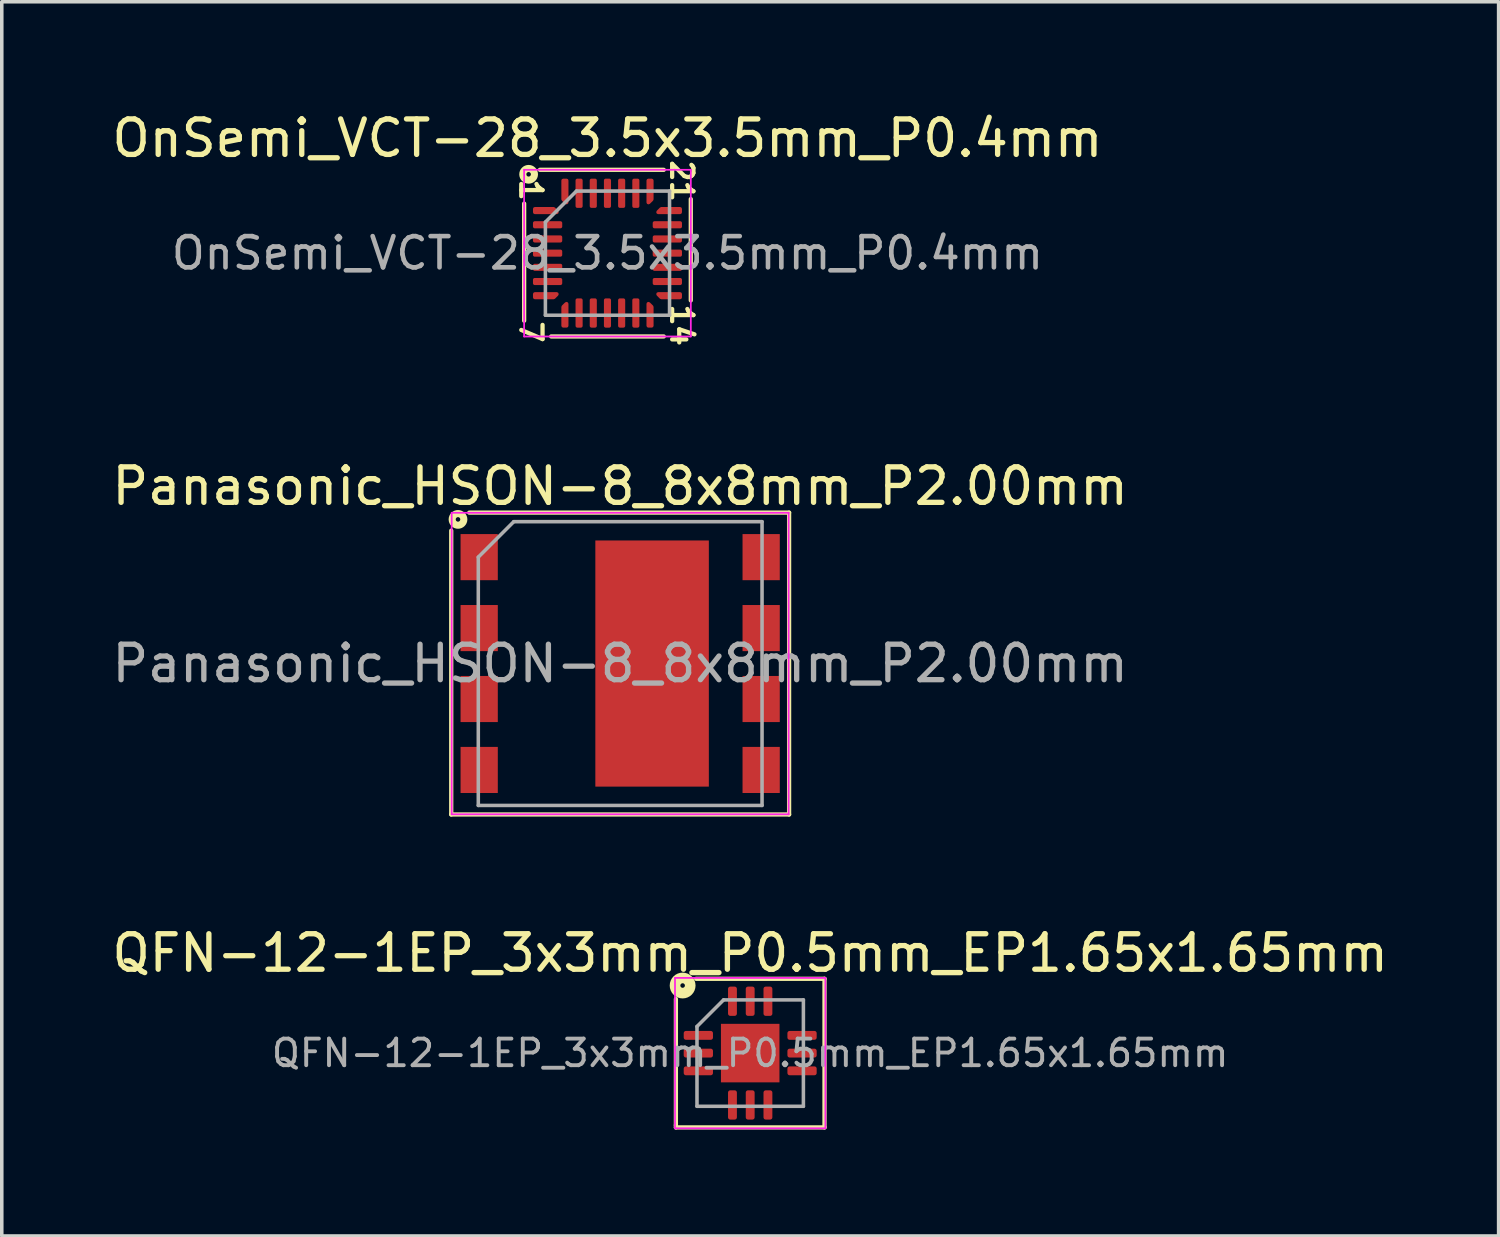
<source format=kicad_pcb>
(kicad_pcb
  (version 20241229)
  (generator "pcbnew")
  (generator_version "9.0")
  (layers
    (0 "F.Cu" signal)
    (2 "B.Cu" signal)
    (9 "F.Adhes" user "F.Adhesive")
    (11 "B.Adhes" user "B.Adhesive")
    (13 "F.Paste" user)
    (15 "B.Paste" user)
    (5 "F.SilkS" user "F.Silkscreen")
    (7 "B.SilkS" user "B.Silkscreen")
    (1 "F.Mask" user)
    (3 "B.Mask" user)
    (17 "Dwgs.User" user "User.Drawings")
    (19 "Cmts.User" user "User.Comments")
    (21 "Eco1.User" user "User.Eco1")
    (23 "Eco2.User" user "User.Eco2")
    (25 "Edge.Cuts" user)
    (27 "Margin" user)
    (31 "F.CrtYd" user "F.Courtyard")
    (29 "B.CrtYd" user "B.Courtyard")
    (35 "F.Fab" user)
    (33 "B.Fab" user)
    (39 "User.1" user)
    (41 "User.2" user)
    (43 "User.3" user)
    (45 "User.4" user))
  (footprint "OnSemi_VCT-28_3.5x3.5mm_P0.4mm"
    (layer "F.Cu")
    (at 14.077 4.087)
    (property "Reference" "OnSemi_VCT-28_3.5x3.5mm_P0.4mm" (at 0 -3.239 0) (layer "F.SilkS") (effects (font (size 1 1) (thickness 0.15))))
    (attr smd)
    (fp_line (start -2.349 1.905) (end -2.349 -1.397) (stroke (width 0.12) (type solid)) (layer "F.SilkS"))
    (fp_line (start -1.905 -2.349) (end 1.587 -2.349) (stroke (width 0.12) (type solid)) (layer "F.SilkS"))
    (fp_line (start 1.587 2.349) (end -1.587 2.349) (stroke (width 0.12) (type solid)) (layer "F.SilkS"))
    (fp_line (start 2.349 -1.524) (end 2.349 1.333) (stroke (width 0.12) (type solid)) (layer "F.SilkS"))
    (fp_circle (center -2.223 -2.223) (end -2.159 -2.223) (stroke (width 0.2) (type solid)) (fill no) (layer "F.SilkS"))
    (fp_line (start -2.35 -2.35) (end -2.35 2.35) (stroke (width 0.05) (type solid)) (layer "F.CrtYd"))
    (fp_line (start -2.35 2.35) (end 2.35 2.35) (stroke (width 0.05) (type solid)) (layer "F.CrtYd"))
    (fp_line (start 2.35 -2.35) (end -2.35 -2.35) (stroke (width 0.05) (type solid)) (layer "F.CrtYd"))
    (fp_line (start 2.35 2.35) (end 2.35 -2.35) (stroke (width 0.05) (type solid)) (layer "F.CrtYd"))
    (fp_line (start -1.75 -0.875) (end -0.875 -1.75) (stroke (width 0.1) (type solid)) (layer "F.Fab"))
    (fp_line (start -1.75 1.75) (end -1.75 -0.875) (stroke (width 0.1) (type solid)) (layer "F.Fab"))
    (fp_line (start -0.875 -1.75) (end 1.75 -1.75) (stroke (width 0.1) (type solid)) (layer "F.Fab"))
    (fp_line (start 1.75 -1.75) (end 1.75 1.75) (stroke (width 0.1) (type solid)) (layer "F.Fab"))
    (fp_line (start 1.75 1.75) (end -1.75 1.75) (stroke (width 0.1) (type solid)) (layer "F.Fab"))
    (fp_text user "14" (at 2.095 2.032 270) (unlocked yes) (layer "F.SilkS") (effects (font (size 0.6 0.6) (thickness 0.12))))
    (fp_text user "7" (at -2.159 2.223 270) (unlocked yes) (layer "F.SilkS") (effects (font (size 0.6 0.6) (thickness 0.12))))
    (fp_text user "21" (at 2.095 -2.032 270) (unlocked yes) (layer "F.SilkS") (effects (font (size 0.6 0.6) (thickness 0.12))))
    (fp_text user "1" (at -2.159 -1.778 270) (unlocked yes) (layer "F.SilkS") (effects (font (size 0.6 0.6) (thickness 0.12))))
    (fp_text user "${REFERENCE}" (at 0 0 0) (layer "F.Fab") (effects (font (size 0.88 0.88) (thickness 0.13))))
    (pad "1" smd custom (at -1.738 -1.2) (size 0.136 0.136) (layers "F.Cu" "F.Mask" "F.Paste") (options (anchor circle)) (primitives (gr_poly (pts (xy 0.312 0.04) (xy 0.312 0.05) (xy -0.312 0.05) (xy -0.312 -0.05) (xy 0.223 -0.05)) (width 0.1) (fill yes))))
    (pad "2" smd roundrect (at -1.688 -0.8) (size 0.825 0.2) (layers "F.Cu" "F.Mask" "F.Paste") (roundrect_rratio 0.25))
    (pad "3" smd roundrect (at -1.688 -0.4) (size 0.825 0.2) (layers "F.Cu" "F.Mask" "F.Paste") (roundrect_rratio 0.25))
    (pad "4" smd roundrect (at -1.688 0) (size 0.825 0.2) (layers "F.Cu" "F.Mask" "F.Paste") (roundrect_rratio 0.25))
    (pad "5" smd roundrect (at -1.688 0.4) (size 0.825 0.2) (layers "F.Cu" "F.Mask" "F.Paste") (roundrect_rratio 0.25))
    (pad "6" smd roundrect (at -1.688 0.8) (size 0.825 0.2) (layers "F.Cu" "F.Mask" "F.Paste") (roundrect_rratio 0.25))
    (pad "7" smd custom (at -1.738 1.2) (size 0.136 0.136) (layers "F.Cu" "F.Mask" "F.Paste") (options (anchor circle)) (primitives (gr_poly (pts (xy 0.312 -0.04) (xy 0.223 0.05) (xy -0.312 0.05) (xy -0.312 -0.05) (xy 0.312 -0.05)) (width 0.1) (fill yes))))
    (pad "8" smd custom (at -1.2 1.738) (size 0.136 0.136) (layers "F.Cu" "F.Mask" "F.Paste") (options (anchor circle)) (primitives (gr_poly (pts (xy 0.05 0.312) (xy -0.05 0.312) (xy -0.05 -0.223) (xy 0.04 -0.312) (xy 0.05 -0.312)) (width 0.1) (fill yes))))
    (pad "9" smd roundrect (at -0.8 1.688) (size 0.2 0.825) (layers "F.Cu" "F.Mask" "F.Paste") (roundrect_rratio 0.25))
    (pad "10" smd roundrect (at -0.4 1.688) (size 0.2 0.825) (layers "F.Cu" "F.Mask" "F.Paste") (roundrect_rratio 0.25))
    (pad "11" smd roundrect (at 0 1.688) (size 0.2 0.825) (layers "F.Cu" "F.Mask" "F.Paste") (roundrect_rratio 0.25))
    (pad "12" smd roundrect (at 0.4 1.688) (size 0.2 0.825) (layers "F.Cu" "F.Mask" "F.Paste") (roundrect_rratio 0.25))
    (pad "13" smd roundrect (at 0.8 1.688) (size 0.2 0.825) (layers "F.Cu" "F.Mask" "F.Paste") (roundrect_rratio 0.25))
    (pad "14" smd custom (at 1.2 1.738) (size 0.136 0.136) (layers "F.Cu" "F.Mask" "F.Paste") (options (anchor circle)) (primitives (gr_poly (pts (xy 0.05 -0.223) (xy 0.05 0.312) (xy -0.05 0.312) (xy -0.05 -0.312) (xy -0.04 -0.312)) (width 0.1) (fill yes))))
    (pad "15" smd custom (at 1.738 1.2) (size 0.136 0.136) (layers "F.Cu" "F.Mask" "F.Paste") (options (anchor circle)) (primitives (gr_poly (pts (xy 0.312 0.05) (xy -0.223 0.05) (xy -0.312 -0.04) (xy -0.312 -0.05) (xy 0.312 -0.05)) (width 0.1) (fill yes))))
    (pad "16" smd roundrect (at 1.688 0.8) (size 0.825 0.2) (layers "F.Cu" "F.Mask" "F.Paste") (roundrect_rratio 0.25))
    (pad "17" smd roundrect (at 1.688 0.4) (size 0.825 0.2) (layers "F.Cu" "F.Mask" "F.Paste") (roundrect_rratio 0.25))
    (pad "18" smd roundrect (at 1.688 0) (size 0.825 0.2) (layers "F.Cu" "F.Mask" "F.Paste") (roundrect_rratio 0.25))
    (pad "19" smd roundrect (at 1.688 -0.4) (size 0.825 0.2) (layers "F.Cu" "F.Mask" "F.Paste") (roundrect_rratio 0.25))
    (pad "20" smd roundrect (at 1.688 -0.8) (size 0.825 0.2) (layers "F.Cu" "F.Mask" "F.Paste") (roundrect_rratio 0.25))
    (pad "21" smd custom (at 1.738 -1.2) (size 0.136 0.136) (layers "F.Cu" "F.Mask" "F.Paste") (options (anchor circle)) (primitives (gr_poly (pts (xy 0.312 0.05) (xy -0.312 0.05) (xy -0.312 0.04) (xy -0.223 -0.05) (xy 0.312 -0.05)) (width 0.1) (fill yes))))
    (pad "22" smd custom (at 1.2 -1.738) (size 0.136 0.136) (layers "F.Cu" "F.Mask" "F.Paste") (options (anchor circle)) (primitives (gr_poly (pts (xy 0.05 0.223) (xy -0.04 0.312) (xy -0.05 0.312) (xy -0.05 -0.312) (xy 0.05 -0.312)) (width 0.1) (fill yes))))
    (pad "23" smd roundrect (at 0.8 -1.688) (size 0.2 0.825) (layers "F.Cu" "F.Mask" "F.Paste") (roundrect_rratio 0.25))
    (pad "24" smd roundrect (at 0.4 -1.688) (size 0.2 0.825) (layers "F.Cu" "F.Mask" "F.Paste") (roundrect_rratio 0.25))
    (pad "25" smd roundrect (at 0 -1.688) (size 0.2 0.825) (layers "F.Cu" "F.Mask" "F.Paste") (roundrect_rratio 0.25))
    (pad "26" smd roundrect (at -0.4 -1.688) (size 0.2 0.825) (layers "F.Cu" "F.Mask" "F.Paste") (roundrect_rratio 0.25))
    (pad "27" smd roundrect (at -0.8 -1.688) (size 0.2 0.825) (layers "F.Cu" "F.Mask" "F.Paste") (roundrect_rratio 0.25))
    (pad "28" smd custom (at -1.2 -1.738) (size 0.136 0.136) (layers "F.Cu" "F.Mask" "F.Paste") (options (anchor circle)) (primitives (gr_poly (pts (xy 0.05 0.312) (xy 0.04 0.312) (xy -0.05 0.223) (xy -0.05 -0.312) (xy 0.05 -0.312)) (width 0.1) (fill yes)))))
  (footprint "QFN-12-1EP_3x3mm_P0.5mm_EP1.65x1.65mm"
    (layer "F.Cu")
    (at 18.101 26.641)
    (property "Reference" "QFN-12-1EP_3x3mm_P0.5mm_EP1.65x1.65mm" (at 0 -2.82 0) (layer "F.SilkS") (effects (font (size 1 1) (thickness 0.15))))
    (attr smd)
    (fp_line (start -2.095 -1.524) (end -2.095 2.032) (stroke (width 0.12) (type solid)) (layer "F.SilkS"))
    (fp_line (start -2.095 2.032) (end -2.095 2.095) (stroke (width 0.12) (type solid)) (layer "F.SilkS"))
    (fp_line (start -2.095 2.095) (end 2.095 2.095) (stroke (width 0.12) (type solid)) (layer "F.SilkS"))
    (fp_line (start 2.095 -2.095) (end -1.524 -2.095) (stroke (width 0.12) (type solid)) (layer "F.SilkS"))
    (fp_line (start 2.095 2.095) (end 2.095 -2.095) (stroke (width 0.12) (type solid)) (layer "F.SilkS"))
    (fp_circle (center -1.905 -1.905) (end -1.841 -1.905) (stroke (width 0.3) (type solid)) (fill no) (layer "F.SilkS"))
    (fp_line (start -2.12 -2.12) (end -2.12 2.12) (stroke (width 0.05) (type solid)) (layer "F.CrtYd"))
    (fp_line (start -2.12 2.12) (end 2.12 2.12) (stroke (width 0.05) (type solid)) (layer "F.CrtYd"))
    (fp_line (start 2.12 -2.12) (end -2.12 -2.12) (stroke (width 0.05) (type solid)) (layer "F.CrtYd"))
    (fp_line (start 2.12 2.12) (end 2.12 -2.12) (stroke (width 0.05) (type solid)) (layer "F.CrtYd"))
    (fp_line (start -1.5 -0.75) (end -0.75 -1.5) (stroke (width 0.1) (type solid)) (layer "F.Fab"))
    (fp_line (start -1.5 1.5) (end -1.5 -0.75) (stroke (width 0.1) (type solid)) (layer "F.Fab"))
    (fp_line (start -0.75 -1.5) (end 1.5 -1.5) (stroke (width 0.1) (type solid)) (layer "F.Fab"))
    (fp_line (start 1.5 -1.5) (end 1.5 1.5) (stroke (width 0.1) (type solid)) (layer "F.Fab"))
    (fp_line (start 1.5 1.5) (end -1.5 1.5) (stroke (width 0.1) (type solid)) (layer "F.Fab"))
    (fp_text user "${REFERENCE}" (at 0 0 0) (layer "F.Fab") (effects (font (size 0.75 0.75) (thickness 0.11))))
    (pad "" smd roundrect (at -0.41 -0.41) (size 0.67 0.67) (layers "F.Paste") (roundrect_rratio 0.25))
    (pad "" smd roundrect (at -0.41 0.41) (size 0.67 0.67) (layers "F.Paste") (roundrect_rratio 0.25))
    (pad "" smd roundrect (at 0.41 -0.41) (size 0.67 0.67) (layers "F.Paste") (roundrect_rratio 0.25))
    (pad "" smd roundrect (at 0.41 0.41) (size 0.67 0.67) (layers "F.Paste") (roundrect_rratio 0.25))
    (pad "1" smd roundrect (at -1.462 -0.5) (size 0.825 0.25) (layers "F.Cu" "F.Mask" "F.Paste") (roundrect_rratio 0.25))
    (pad "2" smd roundrect (at -1.462 0) (size 0.825 0.25) (layers "F.Cu" "F.Mask" "F.Paste") (roundrect_rratio 0.25))
    (pad "3" smd roundrect (at -1.462 0.5) (size 0.825 0.25) (layers "F.Cu" "F.Mask" "F.Paste") (roundrect_rratio 0.25))
    (pad "4" smd roundrect (at -0.5 1.462) (size 0.25 0.825) (layers "F.Cu" "F.Mask" "F.Paste") (roundrect_rratio 0.25))
    (pad "5" smd roundrect (at 0 1.462) (size 0.25 0.825) (layers "F.Cu" "F.Mask" "F.Paste") (roundrect_rratio 0.25))
    (pad "6" smd roundrect (at 0.5 1.462) (size 0.25 0.825) (layers "F.Cu" "F.Mask" "F.Paste") (roundrect_rratio 0.25))
    (pad "7" smd roundrect (at 1.462 0.5) (size 0.825 0.25) (layers "F.Cu" "F.Mask" "F.Paste") (roundrect_rratio 0.25))
    (pad "8" smd roundrect (at 1.462 0) (size 0.825 0.25) (layers "F.Cu" "F.Mask" "F.Paste") (roundrect_rratio 0.25))
    (pad "9" smd roundrect (at 1.462 -0.5) (size 0.825 0.25) (layers "F.Cu" "F.Mask" "F.Paste") (roundrect_rratio 0.25))
    (pad "10" smd roundrect (at 0.5 -1.462) (size 0.25 0.825) (layers "F.Cu" "F.Mask" "F.Paste") (roundrect_rratio 0.25))
    (pad "11" smd roundrect (at 0 -1.462) (size 0.25 0.825) (layers "F.Cu" "F.Mask" "F.Paste") (roundrect_rratio 0.25))
    (pad "12" smd roundrect (at -0.5 -1.462) (size 0.25 0.825) (layers "F.Cu" "F.Mask" "F.Paste") (roundrect_rratio 0.25))
    (pad "13" smd rect (at 0 0) (size 1.65 1.65) (layers "F.Cu" "F.Mask")))
  (footprint "Panasonic_HSON-8_8x8mm_P2.00mm"
    (layer "F.Cu")
    (at 14.435 15.658)
    (property "Reference" "Panasonic_HSON-8_8x8mm_P2.00mm" (at 0 -5 0) (layer "F.SilkS") (effects (font (size 1 1) (thickness 0.15))))
    (attr smd)
    (fp_line (start -4.763 -3.747) (end -4.763 4.255) (stroke (width 0.12) (type solid)) (layer "F.SilkS"))
    (fp_line (start -4.763 4.255) (end 4.763 4.255) (stroke (width 0.12) (type solid)) (layer "F.SilkS"))
    (fp_line (start 4.763 -4.255) (end -4.255 -4.255) (stroke (width 0.12) (type solid)) (layer "F.SilkS"))
    (fp_line (start 4.763 4.255) (end 4.763 -4.255) (stroke (width 0.12) (type solid)) (layer "F.SilkS"))
    (fp_circle (center -4.572 -4.064) (end -4.508 -4.064) (stroke (width 0.2) (type solid)) (fill no) (layer "F.SilkS"))
    (fp_line (start -4.75 -4.25) (end 4.75 -4.25) (stroke (width 0.05) (type solid)) (layer "F.CrtYd"))
    (fp_line (start -4.75 4.25) (end -4.75 -4.25) (stroke (width 0.05) (type solid)) (layer "F.CrtYd"))
    (fp_line (start -4.75 4.25) (end 4.75 4.25) (stroke (width 0.05) (type solid)) (layer "F.CrtYd"))
    (fp_line (start 4.75 -4.25) (end 4.75 4.25) (stroke (width 0.05) (type solid)) (layer "F.CrtYd"))
    (fp_line (start -4 4) (end -4 -3) (stroke (width 0.1) (type solid)) (layer "F.Fab"))
    (fp_line (start -3 -4) (end -4 -3) (stroke (width 0.1) (type solid)) (layer "F.Fab"))
    (fp_line (start -3 -4) (end 4 -4) (stroke (width 0.1) (type solid)) (layer "F.Fab"))
    (fp_line (start 4 -4) (end 4 4) (stroke (width 0.1) (type solid)) (layer "F.Fab"))
    (fp_line (start 4 4) (end -4 4) (stroke (width 0.1) (type solid)) (layer "F.Fab"))
    (fp_text user "${REFERENCE}" (at 0 0 0) (layer "F.Fab") (effects (font (size 1 1) (thickness 0.15))))
    (pad "" smd rect (at -4 -3) (size 1 1.3) (layers "F.Paste"))
    (pad "" smd rect (at -4 -1) (size 1 1.3) (layers "F.Paste"))
    (pad "" smd rect (at -4 1) (size 1 1.3) (layers "F.Paste"))
    (pad "" smd rect (at -4 3) (size 1 1.3) (layers "F.Paste"))
    (pad "" smd rect (at 0.15 -3) (size 0.9 0.9) (layers "F.Paste"))
    (pad "" smd rect (at 0.15 -1.5) (size 0.9 0.9) (layers "F.Paste"))
    (pad "" smd rect (at 0.15 0) (size 0.9 0.9) (layers "F.Paste"))
    (pad "" smd rect (at 0.15 1.5) (size 0.9 0.9) (layers "F.Paste"))
    (pad "" smd rect (at 0.15 3) (size 0.9 0.9) (layers "F.Paste"))
    (pad "" smd rect (at 1.65 -3) (size 0.9 0.9) (layers "F.Paste"))
    (pad "" smd rect (at 1.65 -1.5) (size 0.9 0.9) (layers "F.Paste"))
    (pad "" smd rect (at 1.65 0) (size 0.9 0.9) (layers "F.Paste"))
    (pad "" smd rect (at 1.65 1.5) (size 0.9 0.9) (layers "F.Paste"))
    (pad "" smd rect (at 1.65 3) (size 0.9 0.9) (layers "F.Paste"))
    (pad "" smd rect (at 4 -3) (size 1 1.3) (layers "F.Paste"))
    (pad "" smd rect (at 4 -1) (size 1 1.3) (layers "F.Paste"))
    (pad "" smd rect (at 4 1) (size 1 1.3) (layers "F.Paste"))
    (pad "" smd rect (at 4 3) (size 1 1.3) (layers "F.Paste"))
    (pad "1" smd rect (at -3.975 -3) (size 1.05 1.3) (layers "F.Cu" "F.Mask"))
    (pad "2" smd rect (at -3.975 -1) (size 1.05 1.3) (layers "F.Cu" "F.Mask"))
    (pad "3" smd rect (at -3.975 1) (size 1.05 1.3) (layers "F.Cu" "F.Mask"))
    (pad "4" smd rect (at -3.975 3) (size 1.05 1.3) (layers "F.Cu" "F.Mask"))
    (pad "5" smd rect (at 3.975 3) (size 1.05 1.3) (layers "F.Cu" "F.Mask"))
    (pad "6" smd rect (at 3.975 1) (size 1.05 1.3) (layers "F.Cu" "F.Mask"))
    (pad "7" smd rect (at 3.975 -1) (size 1.05 1.3) (layers "F.Cu" "F.Mask"))
    (pad "8" smd rect (at 3.975 -3) (size 1.05 1.3) (layers "F.Cu" "F.Mask"))
    (pad "9" smd rect (at 0.9 0) (size 3.2 6.94) (layers "F.Cu" "F.Mask")))
  (gr_rect
    (start -3 -3)
    (end 39.202 31.797)
    (stroke (width 0.1) (type default))
    (fill no)
    (layer "Edge.Cuts")))
</source>
